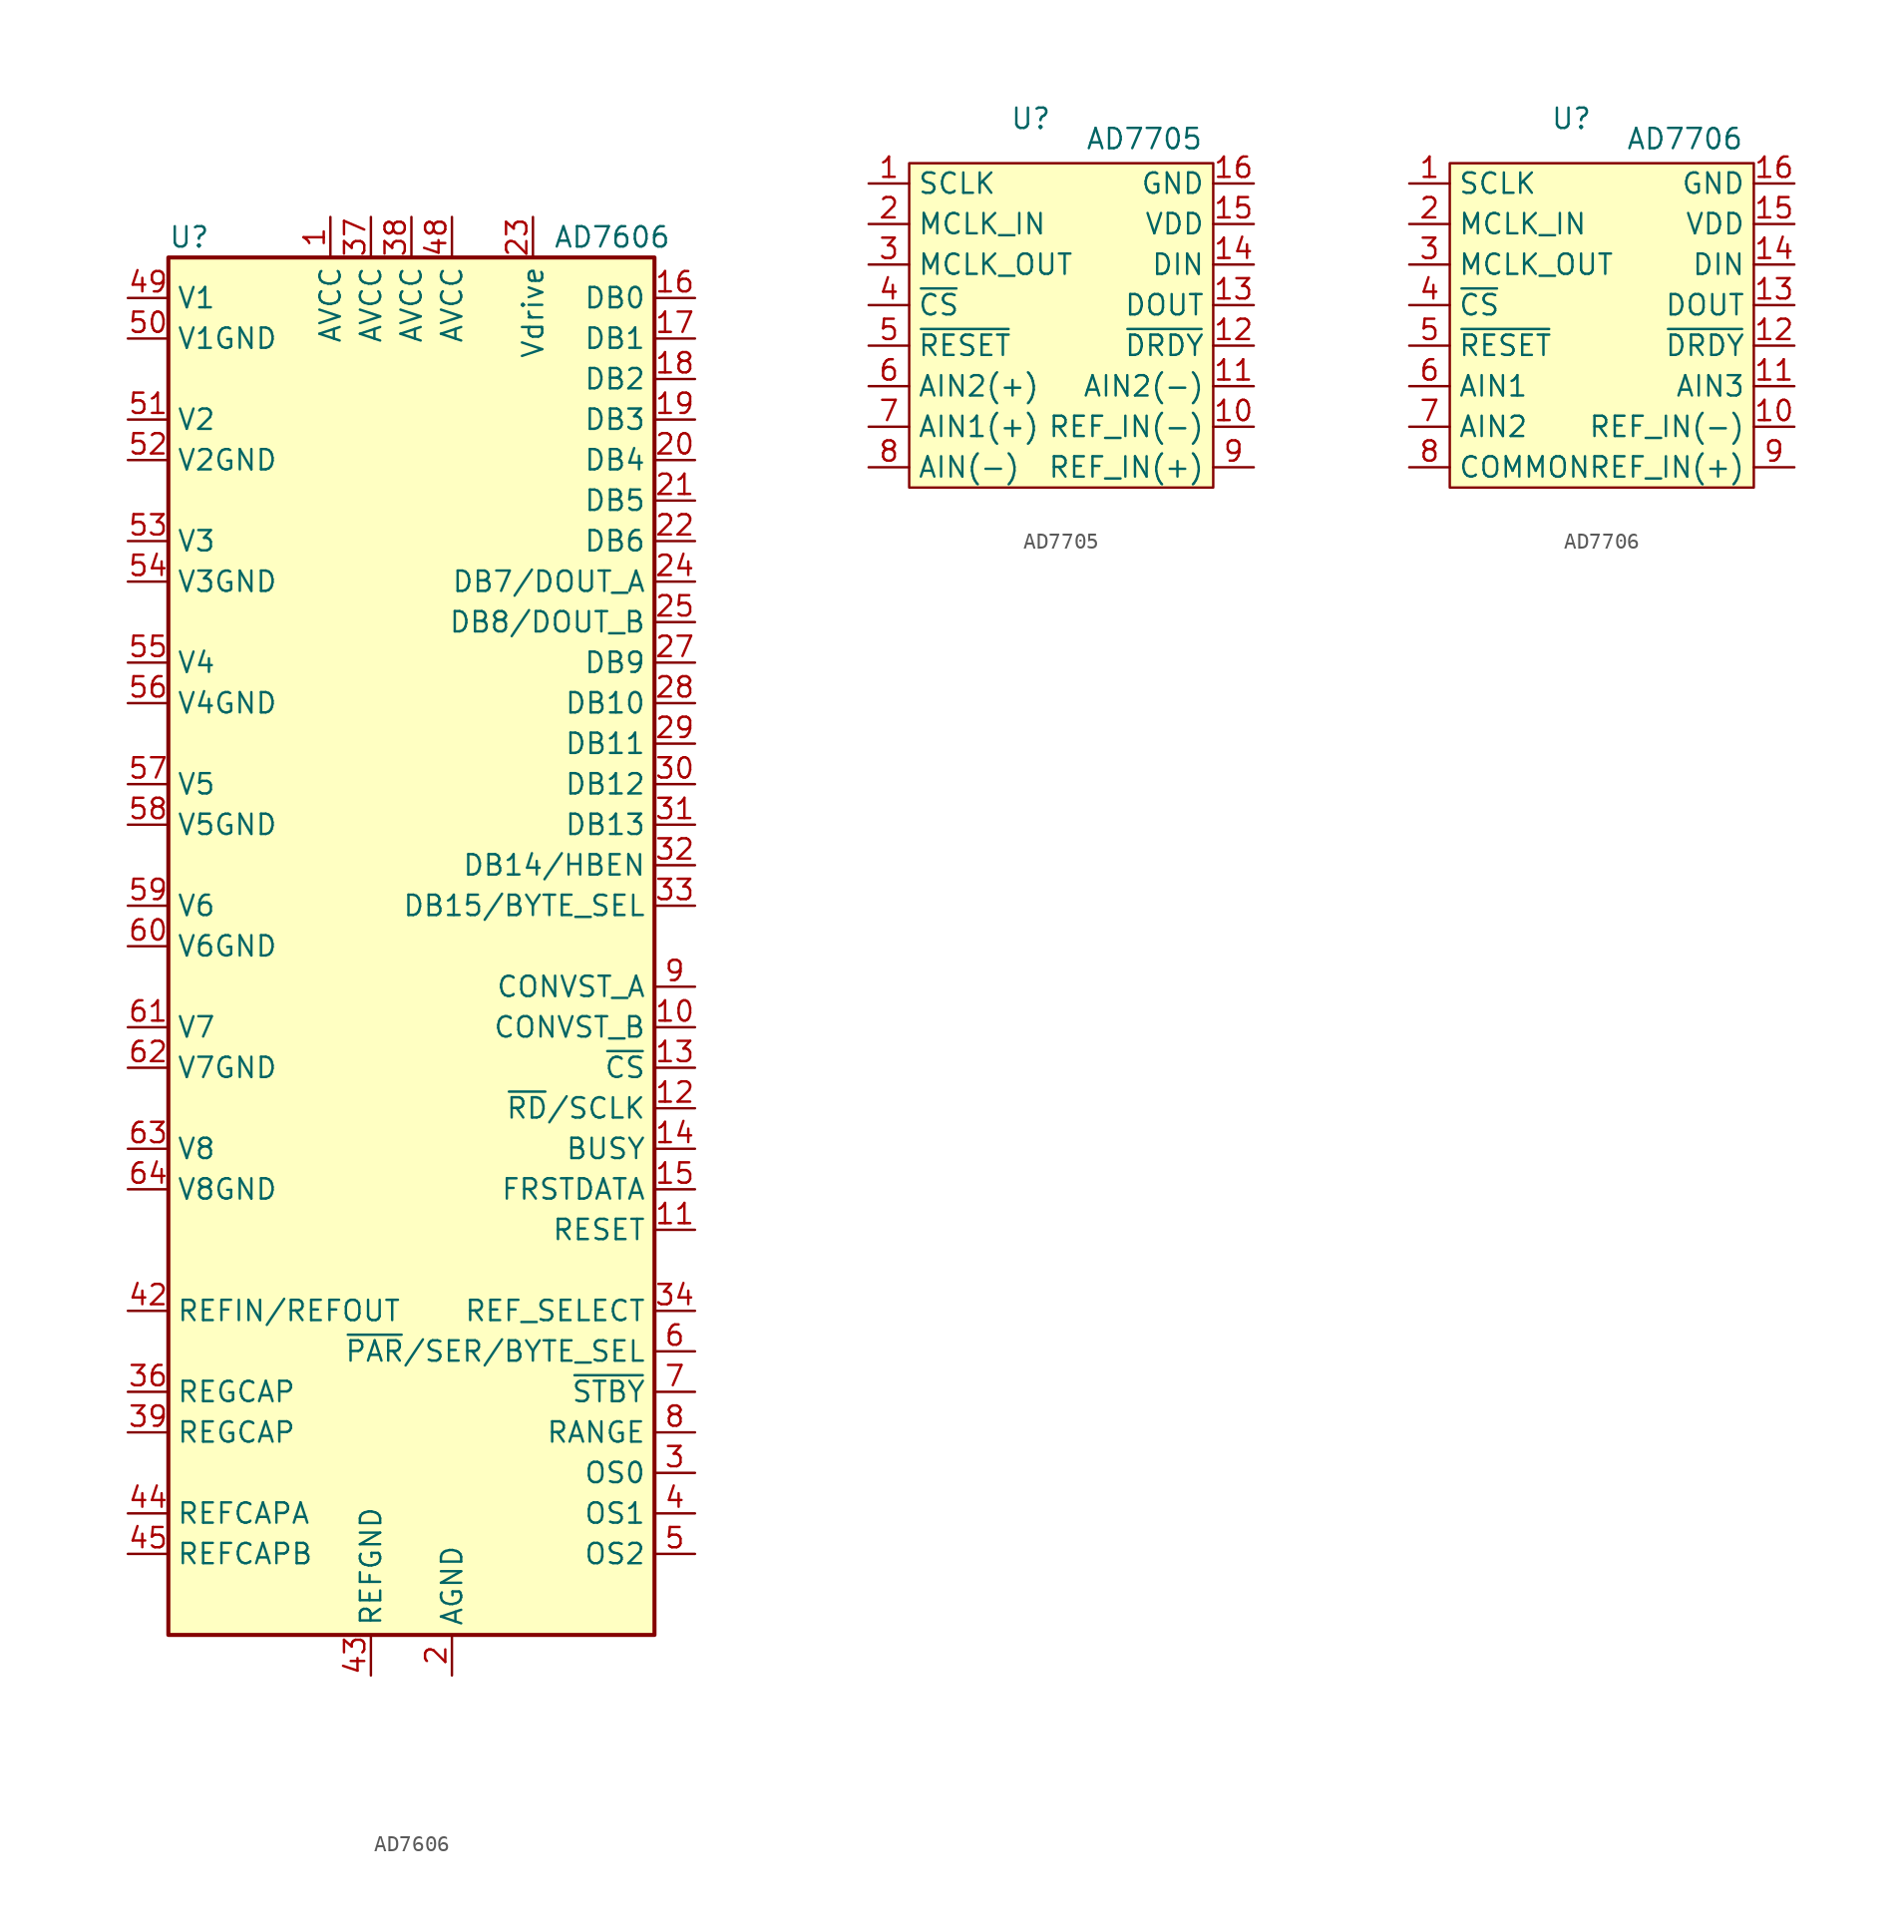
<source format=kicad_sym>
(kicad_symbol_lib
  (version 20231120)
  (generator "kicad_symbol_editor")
  (generator_version "8.0")
  (symbol "AD7606"
    (property "Reference" "U"
      (at -15.24 44.45 0)
      (effects (font (size 1.27 1.27)) (justify left)))
    (property "Value" "AD7606"
      (at 8.89 44.45 0)
      (effects (font (size 1.27 1.27)) (justify left)))
    (symbol "AD7606_1_1"
      (rectangle (start -15.24 43.18) (end 15.24 -43.18) (stroke (width 0.254) (type default)) (fill (type background)))
      (pin power_in line (at -5.08 45.72 270) (length 2.54) (name "AVCC" (effects (font (size 1.27 1.27)))) (number "1" (effects (font (size 1.27 1.27)))))
      (pin input line (at 17.78 -5.08 180) (length 2.54) (name "CONVST_B" (effects (font (size 1.27 1.27)))) (number "10" (effects (font (size 1.27 1.27)))))
      (pin input line (at 17.78 -17.78 180) (length 2.54) (name "RESET" (effects (font (size 1.27 1.27)))) (number "11" (effects (font (size 1.27 1.27)))))
      (pin input line (at 17.78 -10.16 180) (length 2.54) (name "~{RD}/SCLK" (effects (font (size 1.27 1.27)))) (number "12" (effects (font (size 1.27 1.27)))))
      (pin input line (at 17.78 -7.62 180) (length 2.54) (name "~{CS}" (effects (font (size 1.27 1.27)))) (number "13" (effects (font (size 1.27 1.27)))))
      (pin output line (at 17.78 -12.7 180) (length 2.54) (name "BUSY" (effects (font (size 1.27 1.27)))) (number "14" (effects (font (size 1.27 1.27)))))
      (pin output line (at 17.78 -15.24 180) (length 2.54) (name "FRSTDATA" (effects (font (size 1.27 1.27)))) (number "15" (effects (font (size 1.27 1.27)))))
      (pin output line (at 17.78 40.64 180) (length 2.54) (name "DB0" (effects (font (size 1.27 1.27)))) (number "16" (effects (font (size 1.27 1.27)))))
      (pin output line (at 17.78 38.1 180) (length 2.54) (name "DB1" (effects (font (size 1.27 1.27)))) (number "17" (effects (font (size 1.27 1.27)))))
      (pin output line (at 17.78 35.56 180) (length 2.54) (name "DB2" (effects (font (size 1.27 1.27)))) (number "18" (effects (font (size 1.27 1.27)))))
      (pin output line (at 17.78 33.02 180) (length 2.54) (name "DB3" (effects (font (size 1.27 1.27)))) (number "19" (effects (font (size 1.27 1.27)))))
      (pin power_in line (at 2.54 -45.72 90) (length 2.54) (name "AGND" (effects (font (size 1.27 1.27)))) (number "2" (effects (font (size 1.27 1.27)))))
      (pin output line (at 17.78 30.48 180) (length 2.54) (name "DB4" (effects (font (size 1.27 1.27)))) (number "20" (effects (font (size 1.27 1.27)))))
      (pin output line (at 17.78 27.94 180) (length 2.54) (name "DB5" (effects (font (size 1.27 1.27)))) (number "21" (effects (font (size 1.27 1.27)))))
      (pin output line (at 17.78 25.4 180) (length 2.54) (name "DB6" (effects (font (size 1.27 1.27)))) (number "22" (effects (font (size 1.27 1.27)))))
      (pin power_in line (at 7.62 45.72 270) (length 2.54) (name "Vdrive" (effects (font (size 1.27 1.27)))) (number "23" (effects (font (size 1.27 1.27)))))
      (pin output line (at 17.78 22.86 180) (length 2.54) (name "DB7/DOUT_A" (effects (font (size 1.27 1.27)))) (number "24" (effects (font (size 1.27 1.27)))))
      (pin output line (at 17.78 20.32 180) (length 2.54) (name "DB8/DOUT_B" (effects (font (size 1.27 1.27)))) (number "25" (effects (font (size 1.27 1.27)))))
      (pin passive line (at 2.54 -45.72 90) (length 2.54) hide (name "AGND" (effects (font (size 1.27 1.27)))) (number "26" (effects (font (size 1.27 1.27)))))
      (pin output line (at 17.78 17.78 180) (length 2.54) (name "DB9" (effects (font (size 1.27 1.27)))) (number "27" (effects (font (size 1.27 1.27)))))
      (pin output line (at 17.78 15.24 180) (length 2.54) (name "DB10" (effects (font (size 1.27 1.27)))) (number "28" (effects (font (size 1.27 1.27)))))
      (pin output line (at 17.78 12.7 180) (length 2.54) (name "DB11" (effects (font (size 1.27 1.27)))) (number "29" (effects (font (size 1.27 1.27)))))
      (pin input line (at 17.78 -33.02 180) (length 2.54) (name "OS0" (effects (font (size 1.27 1.27)))) (number "3" (effects (font (size 1.27 1.27)))))
      (pin output line (at 17.78 10.16 180) (length 2.54) (name "DB12" (effects (font (size 1.27 1.27)))) (number "30" (effects (font (size 1.27 1.27)))))
      (pin output line (at 17.78 7.62 180) (length 2.54) (name "DB13" (effects (font (size 1.27 1.27)))) (number "31" (effects (font (size 1.27 1.27)))))
      (pin bidirectional line (at 17.78 5.08 180) (length 2.54) (name "DB14/HBEN" (effects (font (size 1.27 1.27)))) (number "32" (effects (font (size 1.27 1.27)))))
      (pin bidirectional line (at 17.78 2.54 180) (length 2.54) (name "DB15/BYTE_SEL" (effects (font (size 1.27 1.27)))) (number "33" (effects (font (size 1.27 1.27)))))
      (pin input line (at 17.78 -22.86 180) (length 2.54) (name "REF_SELECT" (effects (font (size 1.27 1.27)))) (number "34" (effects (font (size 1.27 1.27)))))
      (pin passive line (at 2.54 -45.72 90) (length 2.54) hide (name "AGND" (effects (font (size 1.27 1.27)))) (number "35" (effects (font (size 1.27 1.27)))))
      (pin passive line (at -17.78 -27.94 0) (length 2.54) (name "REGCAP" (effects (font (size 1.27 1.27)))) (number "36" (effects (font (size 1.27 1.27)))))
      (pin power_in line (at -2.54 45.72 270) (length 2.54) (name "AVCC" (effects (font (size 1.27 1.27)))) (number "37" (effects (font (size 1.27 1.27)))))
      (pin power_in line (at 0 45.72 270) (length 2.54) (name "AVCC" (effects (font (size 1.27 1.27)))) (number "38" (effects (font (size 1.27 1.27)))))
      (pin passive line (at -17.78 -30.48 0) (length 2.54) (name "REGCAP" (effects (font (size 1.27 1.27)))) (number "39" (effects (font (size 1.27 1.27)))))
      (pin input line (at 17.78 -35.56 180) (length 2.54) (name "OS1" (effects (font (size 1.27 1.27)))) (number "4" (effects (font (size 1.27 1.27)))))
      (pin passive line (at 2.54 -45.72 90) (length 2.54) hide (name "AGND" (effects (font (size 1.27 1.27)))) (number "40" (effects (font (size 1.27 1.27)))))
      (pin passive line (at 2.54 -45.72 90) (length 2.54) hide (name "AGND" (effects (font (size 1.27 1.27)))) (number "41" (effects (font (size 1.27 1.27)))))
      (pin passive line (at -17.78 -22.86 0) (length 2.54) (name "REFIN/REFOUT" (effects (font (size 1.27 1.27)))) (number "42" (effects (font (size 1.27 1.27)))))
      (pin power_in line (at -2.54 -45.72 90) (length 2.54) (name "REFGND" (effects (font (size 1.27 1.27)))) (number "43" (effects (font (size 1.27 1.27)))))
      (pin passive line (at -17.78 -35.56 0) (length 2.54) (name "REFCAPA" (effects (font (size 1.27 1.27)))) (number "44" (effects (font (size 1.27 1.27)))))
      (pin passive line (at -17.78 -38.1 0) (length 2.54) (name "REFCAPB" (effects (font (size 1.27 1.27)))) (number "45" (effects (font (size 1.27 1.27)))))
      (pin passive line (at -2.54 -45.72 90) (length 2.54) hide (name "REFGND" (effects (font (size 1.27 1.27)))) (number "46" (effects (font (size 1.27 1.27)))))
      (pin passive line (at 2.54 -45.72 90) (length 2.54) hide (name "AGND" (effects (font (size 1.27 1.27)))) (number "47" (effects (font (size 1.27 1.27)))))
      (pin power_in line (at 2.54 45.72 270) (length 2.54) (name "AVCC" (effects (font (size 1.27 1.27)))) (number "48" (effects (font (size 1.27 1.27)))))
      (pin input line (at -17.78 40.64 0) (length 2.54) (name "V1" (effects (font (size 1.27 1.27)))) (number "49" (effects (font (size 1.27 1.27)))))
      (pin input line (at 17.78 -38.1 180) (length 2.54) (name "OS2" (effects (font (size 1.27 1.27)))) (number "5" (effects (font (size 1.27 1.27)))))
      (pin input line (at -17.78 38.1 0) (length 2.54) (name "V1GND" (effects (font (size 1.27 1.27)))) (number "50" (effects (font (size 1.27 1.27)))))
      (pin input line (at -17.78 33.02 0) (length 2.54) (name "V2" (effects (font (size 1.27 1.27)))) (number "51" (effects (font (size 1.27 1.27)))))
      (pin input line (at -17.78 30.48 0) (length 2.54) (name "V2GND" (effects (font (size 1.27 1.27)))) (number "52" (effects (font (size 1.27 1.27)))))
      (pin input line (at -17.78 25.4 0) (length 2.54) (name "V3" (effects (font (size 1.27 1.27)))) (number "53" (effects (font (size 1.27 1.27)))))
      (pin input line (at -17.78 22.86 0) (length 2.54) (name "V3GND" (effects (font (size 1.27 1.27)))) (number "54" (effects (font (size 1.27 1.27)))))
      (pin input line (at -17.78 17.78 0) (length 2.54) (name "V4" (effects (font (size 1.27 1.27)))) (number "55" (effects (font (size 1.27 1.27)))))
      (pin input line (at -17.78 15.24 0) (length 2.54) (name "V4GND" (effects (font (size 1.27 1.27)))) (number "56" (effects (font (size 1.27 1.27)))))
      (pin input line (at -17.78 10.16 0) (length 2.54) (name "V5" (effects (font (size 1.27 1.27)))) (number "57" (effects (font (size 1.27 1.27)))))
      (pin input line (at -17.78 7.62 0) (length 2.54) (name "V5GND" (effects (font (size 1.27 1.27)))) (number "58" (effects (font (size 1.27 1.27)))))
      (pin input line (at -17.78 2.54 0) (length 2.54) (name "V6" (effects (font (size 1.27 1.27)))) (number "59" (effects (font (size 1.27 1.27)))))
      (pin input line (at 17.78 -25.4 180) (length 2.54) (name "~{PAR}/SER/BYTE_SEL" (effects (font (size 1.27 1.27)))) (number "6" (effects (font (size 1.27 1.27)))))
      (pin input line (at -17.78 0 0) (length 2.54) (name "V6GND" (effects (font (size 1.27 1.27)))) (number "60" (effects (font (size 1.27 1.27)))))
      (pin input line (at -17.78 -5.08 0) (length 2.54) (name "V7" (effects (font (size 1.27 1.27)))) (number "61" (effects (font (size 1.27 1.27)))))
      (pin input line (at -17.78 -7.62 0) (length 2.54) (name "V7GND" (effects (font (size 1.27 1.27)))) (number "62" (effects (font (size 1.27 1.27)))))
      (pin input line (at -17.78 -12.7 0) (length 2.54) (name "V8" (effects (font (size 1.27 1.27)))) (number "63" (effects (font (size 1.27 1.27)))))
      (pin input line (at -17.78 -15.24 0) (length 2.54) (name "V8GND" (effects (font (size 1.27 1.27)))) (number "64" (effects (font (size 1.27 1.27)))))
      (pin input line (at 17.78 -27.94 180) (length 2.54) (name "~{STBY}" (effects (font (size 1.27 1.27)))) (number "7" (effects (font (size 1.27 1.27)))))
      (pin input line (at 17.78 -30.48 180) (length 2.54) (name "RANGE" (effects (font (size 1.27 1.27)))) (number "8" (effects (font (size 1.27 1.27)))))
      (pin input line (at 17.78 -2.54 180) (length 2.54) (name "CONVST_A" (effects (font (size 1.27 1.27)))) (number "9" (effects (font (size 1.27 1.27)))))))
  (symbol "AD7705"
    (property "Reference" "U"
      (at -1.27 11.684 0)
      (effects (font (size 1.27 1.27))))
    (property "Value" "AD7705"
      (at 5.842 10.414 0)
      (effects (font (size 1.27 1.27))))
    (symbol "AD7705_0_0"
      (pin input line (at -11.43 7.62 0) (length 2.54) (name "SCLK" (effects (font (size 1.27 1.27)))) (number "1" (effects (font (size 1.27 1.27)))))
      (pin input line (at 12.7 -7.62 180) (length 2.54) (name "REF_IN(-)" (effects (font (size 1.27 1.27)))) (number "10" (effects (font (size 1.27 1.27)))))
      (pin input line (at 12.7 -5.08 180) (length 2.54) (name "AIN2(-)" (effects (font (size 1.27 1.27)))) (number "11" (effects (font (size 1.27 1.27)))))
      (pin input line (at 12.7 -2.54 180) (length 2.54) (name "~{DRDY}" (effects (font (size 1.27 1.27)))) (number "12" (effects (font (size 1.27 1.27)))))
      (pin output line (at 12.7 0 180) (length 2.54) (name "DOUT" (effects (font (size 1.27 1.27)))) (number "13" (effects (font (size 1.27 1.27)))))
      (pin input line (at 12.7 2.54 180) (length 2.54) (name "DIN" (effects (font (size 1.27 1.27)))) (number "14" (effects (font (size 1.27 1.27)))))
      (pin power_in line (at 12.7 5.08 180) (length 2.54) (name "VDD" (effects (font (size 1.27 1.27)))) (number "15" (effects (font (size 1.27 1.27)))))
      (pin power_in line (at 12.7 7.62 180) (length 2.54) (name "GND" (effects (font (size 1.27 1.27)))) (number "16" (effects (font (size 1.27 1.27)))))
      (pin input line (at -11.43 5.08 0) (length 2.54) (name "MCLK_IN" (effects (font (size 1.27 1.27)))) (number "2" (effects (font (size 1.27 1.27)))))
      (pin output line (at -11.43 2.54 0) (length 2.54) (name "MCLK_OUT" (effects (font (size 1.27 1.27)))) (number "3" (effects (font (size 1.27 1.27)))))
      (pin input line (at -11.43 0 0) (length 2.54) (name "~{CS}" (effects (font (size 1.27 1.27)))) (number "4" (effects (font (size 1.27 1.27)))))
      (pin input line (at -11.43 -2.54 0) (length 2.54) (name "~{RESET}" (effects (font (size 1.27 1.27)))) (number "5" (effects (font (size 1.27 1.27)))))
      (pin input line (at -11.43 -5.08 0) (length 2.54) (name "AIN2(+)" (effects (font (size 1.27 1.27)))) (number "6" (effects (font (size 1.27 1.27)))))
      (pin input line (at -11.43 -7.62 0) (length 2.54) (name "AIN1(+)" (effects (font (size 1.27 1.27)))) (number "7" (effects (font (size 1.27 1.27)))))
      (pin input line (at -11.43 -10.16 0) (length 2.54) (name "AIN(-)" (effects (font (size 1.27 1.27)))) (number "8" (effects (font (size 1.27 1.27)))))
      (pin input line (at 12.7 -10.16 180) (length 2.54) (name "REF_IN(+)" (effects (font (size 1.27 1.27)))) (number "9" (effects (font (size 1.27 1.27))))))
    (symbol "AD7705_1_1"
      (rectangle (start -8.89 8.89) (end 10.16 -11.43) (stroke (width 0) (type default)) (fill (type background)))))
  (symbol "AD7706"
    (property "Reference" "U"
      (at -1.27 11.684 0)
      (effects (font (size 1.27 1.27))))
    (property "Value" "AD7706"
      (at 5.842 10.414 0)
      (effects (font (size 1.27 1.27))))
    (symbol "AD7706_0_0"
      (pin input line (at -11.43 7.62 0) (length 2.54) (name "SCLK" (effects (font (size 1.27 1.27)))) (number "1" (effects (font (size 1.27 1.27)))))
      (pin input line (at 12.7 -7.62 180) (length 2.54) (name "REF_IN(-)" (effects (font (size 1.27 1.27)))) (number "10" (effects (font (size 1.27 1.27)))))
      (pin input line (at 12.7 -2.54 180) (length 2.54) (name "~{DRDY}" (effects (font (size 1.27 1.27)))) (number "12" (effects (font (size 1.27 1.27)))))
      (pin output line (at 12.7 0 180) (length 2.54) (name "DOUT" (effects (font (size 1.27 1.27)))) (number "13" (effects (font (size 1.27 1.27)))))
      (pin input line (at 12.7 2.54 180) (length 2.54) (name "DIN" (effects (font (size 1.27 1.27)))) (number "14" (effects (font (size 1.27 1.27)))))
      (pin power_in line (at 12.7 5.08 180) (length 2.54) (name "VDD" (effects (font (size 1.27 1.27)))) (number "15" (effects (font (size 1.27 1.27)))))
      (pin power_in line (at 12.7 7.62 180) (length 2.54) (name "GND" (effects (font (size 1.27 1.27)))) (number "16" (effects (font (size 1.27 1.27)))))
      (pin input line (at -11.43 5.08 0) (length 2.54) (name "MCLK_IN" (effects (font (size 1.27 1.27)))) (number "2" (effects (font (size 1.27 1.27)))))
      (pin output line (at -11.43 2.54 0) (length 2.54) (name "MCLK_OUT" (effects (font (size 1.27 1.27)))) (number "3" (effects (font (size 1.27 1.27)))))
      (pin input line (at -11.43 0 0) (length 2.54) (name "~{CS}" (effects (font (size 1.27 1.27)))) (number "4" (effects (font (size 1.27 1.27)))))
      (pin input line (at -11.43 -2.54 0) (length 2.54) (name "~{RESET}" (effects (font (size 1.27 1.27)))) (number "5" (effects (font (size 1.27 1.27)))))
      (pin input line (at 12.7 -10.16 180) (length 2.54) (name "REF_IN(+)" (effects (font (size 1.27 1.27)))) (number "9" (effects (font (size 1.27 1.27))))))
    (symbol "AD7706_1_0"
      (pin input line (at 12.7 -5.08 180) (length 2.54) (name "AIN3" (effects (font (size 1.27 1.27)))) (number "11" (effects (font (size 1.27 1.27)))))
      (pin input line (at -11.43 -5.08 0) (length 2.54) (name "AIN1" (effects (font (size 1.27 1.27)))) (number "6" (effects (font (size 1.27 1.27)))))
      (pin input line (at -11.43 -7.62 0) (length 2.54) (name "AIN2" (effects (font (size 1.27 1.27)))) (number "7" (effects (font (size 1.27 1.27)))))
      (pin input line (at -11.43 -10.16 0) (length 2.54) (name "COMMON" (effects (font (size 1.27 1.27)))) (number "8" (effects (font (size 1.27 1.27))))))
    (symbol "AD7706_1_1"
      (rectangle (start -8.89 8.89) (end 10.16 -11.43) (stroke (width 0) (type default)) (fill (type background))))))
</source>
